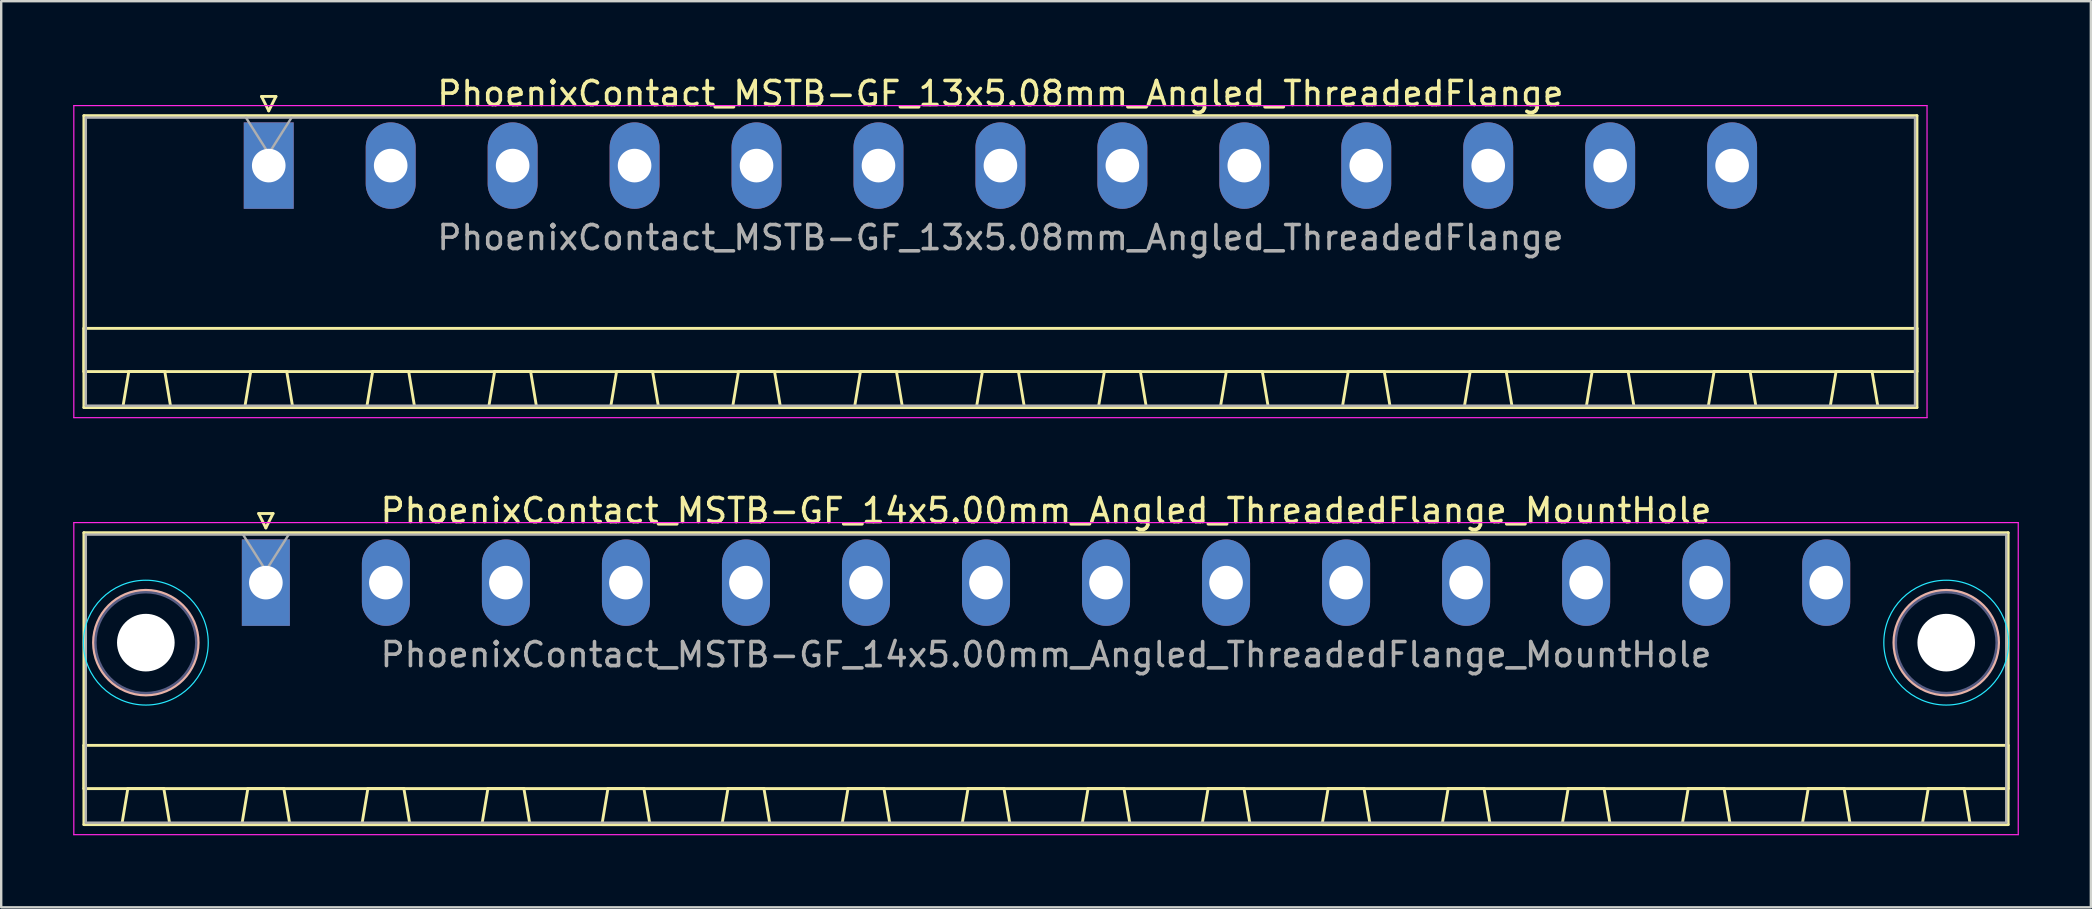
<source format=kicad_pcb>
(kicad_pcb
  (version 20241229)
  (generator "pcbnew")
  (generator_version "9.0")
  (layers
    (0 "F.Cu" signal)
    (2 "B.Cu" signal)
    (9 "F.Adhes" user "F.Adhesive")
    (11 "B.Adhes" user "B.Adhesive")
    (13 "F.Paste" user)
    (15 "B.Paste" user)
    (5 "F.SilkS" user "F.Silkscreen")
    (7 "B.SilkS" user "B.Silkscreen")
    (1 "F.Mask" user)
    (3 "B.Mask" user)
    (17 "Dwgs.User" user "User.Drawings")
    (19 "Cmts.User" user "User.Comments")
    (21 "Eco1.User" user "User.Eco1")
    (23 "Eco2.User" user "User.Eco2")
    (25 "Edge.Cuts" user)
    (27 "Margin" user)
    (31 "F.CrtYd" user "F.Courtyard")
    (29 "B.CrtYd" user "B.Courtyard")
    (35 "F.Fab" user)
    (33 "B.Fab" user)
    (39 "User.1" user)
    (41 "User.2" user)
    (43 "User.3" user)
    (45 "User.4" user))
  (footprint "PhoenixContact_MSTB-GF_13x5.08mm_Angled_ThreadedFlange"
    (layer "F.Cu")
    (at 8.145 3.848)
    (property "Reference" "PhoenixContact_MSTB-GF_13x5.08mm_Angled_ThreadedFlange" (at 30.48 -3 0) (layer "F.SilkS") (effects (font (size 1 1) (thickness 0.15))))
    (attr through_hole)
    (fp_line (start -7.7 -2.08) (end -7.7 10.08) (stroke (width 0.12) (type solid)) (layer "F.SilkS"))
    (fp_line (start -7.7 6.78) (end 68.66 6.78) (stroke (width 0.12) (type solid)) (layer "F.SilkS"))
    (fp_line (start -7.7 8.58) (end -7.7 6.78) (stroke (width 0.12) (type solid)) (layer "F.SilkS"))
    (fp_line (start -7.7 10.08) (end 68.66 10.08) (stroke (width 0.12) (type solid)) (layer "F.SilkS"))
    (fp_line (start -6.08 10.08) (end -4.08 10.08) (stroke (width 0.12) (type solid)) (layer "F.SilkS"))
    (fp_line (start -5.83 8.58) (end -6.08 10.08) (stroke (width 0.12) (type solid)) (layer "F.SilkS"))
    (fp_line (start -4.33 8.58) (end -5.83 8.58) (stroke (width 0.12) (type solid)) (layer "F.SilkS"))
    (fp_line (start -4.08 10.08) (end -4.33 8.58) (stroke (width 0.12) (type solid)) (layer "F.SilkS"))
    (fp_line (start -1 10.08) (end 1 10.08) (stroke (width 0.12) (type solid)) (layer "F.SilkS"))
    (fp_line (start -0.75 8.58) (end -1 10.08) (stroke (width 0.12) (type solid)) (layer "F.SilkS"))
    (fp_line (start -0.3 -2.88) (end 0.3 -2.88) (stroke (width 0.12) (type solid)) (layer "F.SilkS"))
    (fp_line (start 0 -2.28) (end -0.3 -2.88) (stroke (width 0.12) (type solid)) (layer "F.SilkS"))
    (fp_line (start 0.3 -2.88) (end 0 -2.28) (stroke (width 0.12) (type solid)) (layer "F.SilkS"))
    (fp_line (start 0.75 8.58) (end -0.75 8.58) (stroke (width 0.12) (type solid)) (layer "F.SilkS"))
    (fp_line (start 1 10.08) (end 0.75 8.58) (stroke (width 0.12) (type solid)) (layer "F.SilkS"))
    (fp_line (start 4.08 10.08) (end 6.08 10.08) (stroke (width 0.12) (type solid)) (layer "F.SilkS"))
    (fp_line (start 4.33 8.58) (end 4.08 10.08) (stroke (width 0.12) (type solid)) (layer "F.SilkS"))
    (fp_line (start 5.83 8.58) (end 4.33 8.58) (stroke (width 0.12) (type solid)) (layer "F.SilkS"))
    (fp_line (start 6.08 10.08) (end 5.83 8.58) (stroke (width 0.12) (type solid)) (layer "F.SilkS"))
    (fp_line (start 9.16 10.08) (end 11.16 10.08) (stroke (width 0.12) (type solid)) (layer "F.SilkS"))
    (fp_line (start 9.41 8.58) (end 9.16 10.08) (stroke (width 0.12) (type solid)) (layer "F.SilkS"))
    (fp_line (start 10.91 8.58) (end 9.41 8.58) (stroke (width 0.12) (type solid)) (layer "F.SilkS"))
    (fp_line (start 11.16 10.08) (end 10.91 8.58) (stroke (width 0.12) (type solid)) (layer "F.SilkS"))
    (fp_line (start 14.24 10.08) (end 16.24 10.08) (stroke (width 0.12) (type solid)) (layer "F.SilkS"))
    (fp_line (start 14.49 8.58) (end 14.24 10.08) (stroke (width 0.12) (type solid)) (layer "F.SilkS"))
    (fp_line (start 15.99 8.58) (end 14.49 8.58) (stroke (width 0.12) (type solid)) (layer "F.SilkS"))
    (fp_line (start 16.24 10.08) (end 15.99 8.58) (stroke (width 0.12) (type solid)) (layer "F.SilkS"))
    (fp_line (start 19.32 10.08) (end 21.32 10.08) (stroke (width 0.12) (type solid)) (layer "F.SilkS"))
    (fp_line (start 19.57 8.58) (end 19.32 10.08) (stroke (width 0.12) (type solid)) (layer "F.SilkS"))
    (fp_line (start 21.07 8.58) (end 19.57 8.58) (stroke (width 0.12) (type solid)) (layer "F.SilkS"))
    (fp_line (start 21.32 10.08) (end 21.07 8.58) (stroke (width 0.12) (type solid)) (layer "F.SilkS"))
    (fp_line (start 24.4 10.08) (end 26.4 10.08) (stroke (width 0.12) (type solid)) (layer "F.SilkS"))
    (fp_line (start 24.65 8.58) (end 24.4 10.08) (stroke (width 0.12) (type solid)) (layer "F.SilkS"))
    (fp_line (start 26.15 8.58) (end 24.65 8.58) (stroke (width 0.12) (type solid)) (layer "F.SilkS"))
    (fp_line (start 26.4 10.08) (end 26.15 8.58) (stroke (width 0.12) (type solid)) (layer "F.SilkS"))
    (fp_line (start 29.48 10.08) (end 31.48 10.08) (stroke (width 0.12) (type solid)) (layer "F.SilkS"))
    (fp_line (start 29.73 8.58) (end 29.48 10.08) (stroke (width 0.12) (type solid)) (layer "F.SilkS"))
    (fp_line (start 31.23 8.58) (end 29.73 8.58) (stroke (width 0.12) (type solid)) (layer "F.SilkS"))
    (fp_line (start 31.48 10.08) (end 31.23 8.58) (stroke (width 0.12) (type solid)) (layer "F.SilkS"))
    (fp_line (start 34.56 10.08) (end 36.56 10.08) (stroke (width 0.12) (type solid)) (layer "F.SilkS"))
    (fp_line (start 34.81 8.58) (end 34.56 10.08) (stroke (width 0.12) (type solid)) (layer "F.SilkS"))
    (fp_line (start 36.31 8.58) (end 34.81 8.58) (stroke (width 0.12) (type solid)) (layer "F.SilkS"))
    (fp_line (start 36.56 10.08) (end 36.31 8.58) (stroke (width 0.12) (type solid)) (layer "F.SilkS"))
    (fp_line (start 39.64 10.08) (end 41.64 10.08) (stroke (width 0.12) (type solid)) (layer "F.SilkS"))
    (fp_line (start 39.89 8.58) (end 39.64 10.08) (stroke (width 0.12) (type solid)) (layer "F.SilkS"))
    (fp_line (start 41.39 8.58) (end 39.89 8.58) (stroke (width 0.12) (type solid)) (layer "F.SilkS"))
    (fp_line (start 41.64 10.08) (end 41.39 8.58) (stroke (width 0.12) (type solid)) (layer "F.SilkS"))
    (fp_line (start 44.72 10.08) (end 46.72 10.08) (stroke (width 0.12) (type solid)) (layer "F.SilkS"))
    (fp_line (start 44.97 8.58) (end 44.72 10.08) (stroke (width 0.12) (type solid)) (layer "F.SilkS"))
    (fp_line (start 46.47 8.58) (end 44.97 8.58) (stroke (width 0.12) (type solid)) (layer "F.SilkS"))
    (fp_line (start 46.72 10.08) (end 46.47 8.58) (stroke (width 0.12) (type solid)) (layer "F.SilkS"))
    (fp_line (start 49.8 10.08) (end 51.8 10.08) (stroke (width 0.12) (type solid)) (layer "F.SilkS"))
    (fp_line (start 50.05 8.58) (end 49.8 10.08) (stroke (width 0.12) (type solid)) (layer "F.SilkS"))
    (fp_line (start 51.55 8.58) (end 50.05 8.58) (stroke (width 0.12) (type solid)) (layer "F.SilkS"))
    (fp_line (start 51.8 10.08) (end 51.55 8.58) (stroke (width 0.12) (type solid)) (layer "F.SilkS"))
    (fp_line (start 54.88 10.08) (end 56.88 10.08) (stroke (width 0.12) (type solid)) (layer "F.SilkS"))
    (fp_line (start 55.13 8.58) (end 54.88 10.08) (stroke (width 0.12) (type solid)) (layer "F.SilkS"))
    (fp_line (start 56.63 8.58) (end 55.13 8.58) (stroke (width 0.12) (type solid)) (layer "F.SilkS"))
    (fp_line (start 56.88 10.08) (end 56.63 8.58) (stroke (width 0.12) (type solid)) (layer "F.SilkS"))
    (fp_line (start 59.96 10.08) (end 61.96 10.08) (stroke (width 0.12) (type solid)) (layer "F.SilkS"))
    (fp_line (start 60.21 8.58) (end 59.96 10.08) (stroke (width 0.12) (type solid)) (layer "F.SilkS"))
    (fp_line (start 61.71 8.58) (end 60.21 8.58) (stroke (width 0.12) (type solid)) (layer "F.SilkS"))
    (fp_line (start 61.96 10.08) (end 61.71 8.58) (stroke (width 0.12) (type solid)) (layer "F.SilkS"))
    (fp_line (start 65.04 10.08) (end 67.04 10.08) (stroke (width 0.12) (type solid)) (layer "F.SilkS"))
    (fp_line (start 65.29 8.58) (end 65.04 10.08) (stroke (width 0.12) (type solid)) (layer "F.SilkS"))
    (fp_line (start 66.79 8.58) (end 65.29 8.58) (stroke (width 0.12) (type solid)) (layer "F.SilkS"))
    (fp_line (start 67.04 10.08) (end 66.79 8.58) (stroke (width 0.12) (type solid)) (layer "F.SilkS"))
    (fp_line (start 68.66 -2.08) (end -7.7 -2.08) (stroke (width 0.12) (type solid)) (layer "F.SilkS"))
    (fp_line (start 68.66 6.78) (end 68.66 8.58) (stroke (width 0.12) (type solid)) (layer "F.SilkS"))
    (fp_line (start 68.66 8.58) (end -7.7 8.58) (stroke (width 0.12) (type solid)) (layer "F.SilkS"))
    (fp_line (start 68.66 10.08) (end 68.66 -2.08) (stroke (width 0.12) (type solid)) (layer "F.SilkS"))
    (fp_line (start -8.12 -2.5) (end -8.12 10.5) (stroke (width 0.05) (type solid)) (layer "F.CrtYd"))
    (fp_line (start -8.12 10.5) (end 69.08 10.5) (stroke (width 0.05) (type solid)) (layer "F.CrtYd"))
    (fp_line (start 69.08 -2.5) (end -8.12 -2.5) (stroke (width 0.05) (type solid)) (layer "F.CrtYd"))
    (fp_line (start 69.08 10.5) (end 69.08 -2.5) (stroke (width 0.05) (type solid)) (layer "F.CrtYd"))
    (fp_line (start -7.62 -2) (end -7.62 10) (stroke (width 0.1) (type solid)) (layer "F.Fab"))
    (fp_line (start -7.62 10) (end 68.58 10) (stroke (width 0.1) (type solid)) (layer "F.Fab"))
    (fp_line (start 0 -0.5) (end -0.95 -2) (stroke (width 0.1) (type solid)) (layer "F.Fab"))
    (fp_line (start 0.95 -2) (end 0 -0.5) (stroke (width 0.1) (type solid)) (layer "F.Fab"))
    (fp_line (start 68.58 -2) (end -7.62 -2) (stroke (width 0.1) (type solid)) (layer "F.Fab"))
    (fp_line (start 68.58 10) (end 68.58 -2) (stroke (width 0.1) (type solid)) (layer "F.Fab"))
    (fp_text user "${REFERENCE}" (at 30.48 3 0) (layer "F.Fab") (effects (font (size 1 1) (thickness 0.15))))
    (pad "1" thru_hole rect (at 0 0) (size 2.08 3.6) (drill 1.4) (layers "*.Cu" "*.Mask"))
    (pad "2" thru_hole oval (at 5.08 0) (size 2.08 3.6) (drill 1.4) (layers "*.Cu" "*.Mask"))
    (pad "3" thru_hole oval (at 10.16 0) (size 2.08 3.6) (drill 1.4) (layers "*.Cu" "*.Mask"))
    (pad "4" thru_hole oval (at 15.24 0) (size 2.08 3.6) (drill 1.4) (layers "*.Cu" "*.Mask"))
    (pad "5" thru_hole oval (at 20.32 0) (size 2.08 3.6) (drill 1.4) (layers "*.Cu" "*.Mask"))
    (pad "6" thru_hole oval (at 25.4 0) (size 2.08 3.6) (drill 1.4) (layers "*.Cu" "*.Mask"))
    (pad "7" thru_hole oval (at 30.48 0) (size 2.08 3.6) (drill 1.4) (layers "*.Cu" "*.Mask"))
    (pad "8" thru_hole oval (at 35.56 0) (size 2.08 3.6) (drill 1.4) (layers "*.Cu" "*.Mask"))
    (pad "9" thru_hole oval (at 40.64 0) (size 2.08 3.6) (drill 1.4) (layers "*.Cu" "*.Mask"))
    (pad "10" thru_hole oval (at 45.72 0) (size 2.08 3.6) (drill 1.4) (layers "*.Cu" "*.Mask"))
    (pad "11" thru_hole oval (at 50.8 0) (size 2.08 3.6) (drill 1.4) (layers "*.Cu" "*.Mask"))
    (pad "12" thru_hole oval (at 55.88 0) (size 2.08 3.6) (drill 1.4) (layers "*.Cu" "*.Mask"))
    (pad "13" thru_hole oval (at 60.96 0) (size 2.08 3.6) (drill 1.4) (layers "*.Cu" "*.Mask")))
  (footprint "PhoenixContact_MSTB-GF_14x5.00mm_Angled_ThreadedFlange_MountHole"
    (layer "F.Cu")
    (at 8.025 21.221)
    (property "Reference" "PhoenixContact_MSTB-GF_14x5.00mm_Angled_ThreadedFlange_MountHole" (at 32.5 -3 0) (layer "F.SilkS") (effects (font (size 1 1) (thickness 0.15))))
    (attr through_hole)
    (fp_line (start -7.58 -2.08) (end -7.58 10.08) (stroke (width 0.12) (type solid)) (layer "F.SilkS"))
    (fp_line (start -7.58 6.78) (end 72.58 6.78) (stroke (width 0.12) (type solid)) (layer "F.SilkS"))
    (fp_line (start -7.58 8.58) (end -7.58 6.78) (stroke (width 0.12) (type solid)) (layer "F.SilkS"))
    (fp_line (start -7.58 10.08) (end 72.58 10.08) (stroke (width 0.12) (type solid)) (layer "F.SilkS"))
    (fp_line (start -6 10.08) (end -4 10.08) (stroke (width 0.12) (type solid)) (layer "F.SilkS"))
    (fp_line (start -5.75 8.58) (end -6 10.08) (stroke (width 0.12) (type solid)) (layer "F.SilkS"))
    (fp_line (start -4.25 8.58) (end -5.75 8.58) (stroke (width 0.12) (type solid)) (layer "F.SilkS"))
    (fp_line (start -4 10.08) (end -4.25 8.58) (stroke (width 0.12) (type solid)) (layer "F.SilkS"))
    (fp_line (start -1 10.08) (end 1 10.08) (stroke (width 0.12) (type solid)) (layer "F.SilkS"))
    (fp_line (start -0.75 8.58) (end -1 10.08) (stroke (width 0.12) (type solid)) (layer "F.SilkS"))
    (fp_line (start -0.3 -2.88) (end 0.3 -2.88) (stroke (width 0.12) (type solid)) (layer "F.SilkS"))
    (fp_line (start 0 -2.28) (end -0.3 -2.88) (stroke (width 0.12) (type solid)) (layer "F.SilkS"))
    (fp_line (start 0.3 -2.88) (end 0 -2.28) (stroke (width 0.12) (type solid)) (layer "F.SilkS"))
    (fp_line (start 0.75 8.58) (end -0.75 8.58) (stroke (width 0.12) (type solid)) (layer "F.SilkS"))
    (fp_line (start 1 10.08) (end 0.75 8.58) (stroke (width 0.12) (type solid)) (layer "F.SilkS"))
    (fp_line (start 4 10.08) (end 6 10.08) (stroke (width 0.12) (type solid)) (layer "F.SilkS"))
    (fp_line (start 4.25 8.58) (end 4 10.08) (stroke (width 0.12) (type solid)) (layer "F.SilkS"))
    (fp_line (start 5.75 8.58) (end 4.25 8.58) (stroke (width 0.12) (type solid)) (layer "F.SilkS"))
    (fp_line (start 6 10.08) (end 5.75 8.58) (stroke (width 0.12) (type solid)) (layer "F.SilkS"))
    (fp_line (start 9 10.08) (end 11 10.08) (stroke (width 0.12) (type solid)) (layer "F.SilkS"))
    (fp_line (start 9.25 8.58) (end 9 10.08) (stroke (width 0.12) (type solid)) (layer "F.SilkS"))
    (fp_line (start 10.75 8.58) (end 9.25 8.58) (stroke (width 0.12) (type solid)) (layer "F.SilkS"))
    (fp_line (start 11 10.08) (end 10.75 8.58) (stroke (width 0.12) (type solid)) (layer "F.SilkS"))
    (fp_line (start 14 10.08) (end 16 10.08) (stroke (width 0.12) (type solid)) (layer "F.SilkS"))
    (fp_line (start 14.25 8.58) (end 14 10.08) (stroke (width 0.12) (type solid)) (layer "F.SilkS"))
    (fp_line (start 15.75 8.58) (end 14.25 8.58) (stroke (width 0.12) (type solid)) (layer "F.SilkS"))
    (fp_line (start 16 10.08) (end 15.75 8.58) (stroke (width 0.12) (type solid)) (layer "F.SilkS"))
    (fp_line (start 19 10.08) (end 21 10.08) (stroke (width 0.12) (type solid)) (layer "F.SilkS"))
    (fp_line (start 19.25 8.58) (end 19 10.08) (stroke (width 0.12) (type solid)) (layer "F.SilkS"))
    (fp_line (start 20.75 8.58) (end 19.25 8.58) (stroke (width 0.12) (type solid)) (layer "F.SilkS"))
    (fp_line (start 21 10.08) (end 20.75 8.58) (stroke (width 0.12) (type solid)) (layer "F.SilkS"))
    (fp_line (start 24 10.08) (end 26 10.08) (stroke (width 0.12) (type solid)) (layer "F.SilkS"))
    (fp_line (start 24.25 8.58) (end 24 10.08) (stroke (width 0.12) (type solid)) (layer "F.SilkS"))
    (fp_line (start 25.75 8.58) (end 24.25 8.58) (stroke (width 0.12) (type solid)) (layer "F.SilkS"))
    (fp_line (start 26 10.08) (end 25.75 8.58) (stroke (width 0.12) (type solid)) (layer "F.SilkS"))
    (fp_line (start 29 10.08) (end 31 10.08) (stroke (width 0.12) (type solid)) (layer "F.SilkS"))
    (fp_line (start 29.25 8.58) (end 29 10.08) (stroke (width 0.12) (type solid)) (layer "F.SilkS"))
    (fp_line (start 30.75 8.58) (end 29.25 8.58) (stroke (width 0.12) (type solid)) (layer "F.SilkS"))
    (fp_line (start 31 10.08) (end 30.75 8.58) (stroke (width 0.12) (type solid)) (layer "F.SilkS"))
    (fp_line (start 34 10.08) (end 36 10.08) (stroke (width 0.12) (type solid)) (layer "F.SilkS"))
    (fp_line (start 34.25 8.58) (end 34 10.08) (stroke (width 0.12) (type solid)) (layer "F.SilkS"))
    (fp_line (start 35.75 8.58) (end 34.25 8.58) (stroke (width 0.12) (type solid)) (layer "F.SilkS"))
    (fp_line (start 36 10.08) (end 35.75 8.58) (stroke (width 0.12) (type solid)) (layer "F.SilkS"))
    (fp_line (start 39 10.08) (end 41 10.08) (stroke (width 0.12) (type solid)) (layer "F.SilkS"))
    (fp_line (start 39.25 8.58) (end 39 10.08) (stroke (width 0.12) (type solid)) (layer "F.SilkS"))
    (fp_line (start 40.75 8.58) (end 39.25 8.58) (stroke (width 0.12) (type solid)) (layer "F.SilkS"))
    (fp_line (start 41 10.08) (end 40.75 8.58) (stroke (width 0.12) (type solid)) (layer "F.SilkS"))
    (fp_line (start 44 10.08) (end 46 10.08) (stroke (width 0.12) (type solid)) (layer "F.SilkS"))
    (fp_line (start 44.25 8.58) (end 44 10.08) (stroke (width 0.12) (type solid)) (layer "F.SilkS"))
    (fp_line (start 45.75 8.58) (end 44.25 8.58) (stroke (width 0.12) (type solid)) (layer "F.SilkS"))
    (fp_line (start 46 10.08) (end 45.75 8.58) (stroke (width 0.12) (type solid)) (layer "F.SilkS"))
    (fp_line (start 49 10.08) (end 51 10.08) (stroke (width 0.12) (type solid)) (layer "F.SilkS"))
    (fp_line (start 49.25 8.58) (end 49 10.08) (stroke (width 0.12) (type solid)) (layer "F.SilkS"))
    (fp_line (start 50.75 8.58) (end 49.25 8.58) (stroke (width 0.12) (type solid)) (layer "F.SilkS"))
    (fp_line (start 51 10.08) (end 50.75 8.58) (stroke (width 0.12) (type solid)) (layer "F.SilkS"))
    (fp_line (start 54 10.08) (end 56 10.08) (stroke (width 0.12) (type solid)) (layer "F.SilkS"))
    (fp_line (start 54.25 8.58) (end 54 10.08) (stroke (width 0.12) (type solid)) (layer "F.SilkS"))
    (fp_line (start 55.75 8.58) (end 54.25 8.58) (stroke (width 0.12) (type solid)) (layer "F.SilkS"))
    (fp_line (start 56 10.08) (end 55.75 8.58) (stroke (width 0.12) (type solid)) (layer "F.SilkS"))
    (fp_line (start 59 10.08) (end 61 10.08) (stroke (width 0.12) (type solid)) (layer "F.SilkS"))
    (fp_line (start 59.25 8.58) (end 59 10.08) (stroke (width 0.12) (type solid)) (layer "F.SilkS"))
    (fp_line (start 60.75 8.58) (end 59.25 8.58) (stroke (width 0.12) (type solid)) (layer "F.SilkS"))
    (fp_line (start 61 10.08) (end 60.75 8.58) (stroke (width 0.12) (type solid)) (layer "F.SilkS"))
    (fp_line (start 64 10.08) (end 66 10.08) (stroke (width 0.12) (type solid)) (layer "F.SilkS"))
    (fp_line (start 64.25 8.58) (end 64 10.08) (stroke (width 0.12) (type solid)) (layer "F.SilkS"))
    (fp_line (start 65.75 8.58) (end 64.25 8.58) (stroke (width 0.12) (type solid)) (layer "F.SilkS"))
    (fp_line (start 66 10.08) (end 65.75 8.58) (stroke (width 0.12) (type solid)) (layer "F.SilkS"))
    (fp_line (start 69 10.08) (end 71 10.08) (stroke (width 0.12) (type solid)) (layer "F.SilkS"))
    (fp_line (start 69.25 8.58) (end 69 10.08) (stroke (width 0.12) (type solid)) (layer "F.SilkS"))
    (fp_line (start 70.75 8.58) (end 69.25 8.58) (stroke (width 0.12) (type solid)) (layer "F.SilkS"))
    (fp_line (start 71 10.08) (end 70.75 8.58) (stroke (width 0.12) (type solid)) (layer "F.SilkS"))
    (fp_line (start 72.58 -2.08) (end -7.58 -2.08) (stroke (width 0.12) (type solid)) (layer "F.SilkS"))
    (fp_line (start 72.58 6.78) (end 72.58 8.58) (stroke (width 0.12) (type solid)) (layer "F.SilkS"))
    (fp_line (start 72.58 8.58) (end -7.58 8.58) (stroke (width 0.12) (type solid)) (layer "F.SilkS"))
    (fp_line (start 72.58 10.08) (end 72.58 -2.08) (stroke (width 0.12) (type solid)) (layer "F.SilkS"))
    (fp_circle (center -5 2.5) (end -2.82 2.5) (stroke (width 0.12) (type solid)) (fill no) (layer "B.SilkS"))
    (fp_circle (center 70 2.5) (end 72.18 2.5) (stroke (width 0.12) (type solid)) (fill no) (layer "B.SilkS"))
    (fp_circle (center -5 2.5) (end -2.4 2.5) (stroke (width 0.05) (type solid)) (fill no) (layer "B.CrtYd"))
    (fp_circle (center 70 2.5) (end 72.6 2.5) (stroke (width 0.05) (type solid)) (fill no) (layer "B.CrtYd"))
    (fp_line (start -8 -2.5) (end -8 10.5) (stroke (width 0.05) (type solid)) (layer "F.CrtYd"))
    (fp_line (start -8 10.5) (end 73 10.5) (stroke (width 0.05) (type solid)) (layer "F.CrtYd"))
    (fp_line (start 73 -2.5) (end -8 -2.5) (stroke (width 0.05) (type solid)) (layer "F.CrtYd"))
    (fp_line (start 73 10.5) (end 73 -2.5) (stroke (width 0.05) (type solid)) (layer "F.CrtYd"))
    (fp_circle (center -5 2.5) (end -2.9 2.5) (stroke (width 0.1) (type solid)) (fill no) (layer "B.Fab"))
    (fp_circle (center 70 2.5) (end 72.1 2.5) (stroke (width 0.1) (type solid)) (fill no) (layer "B.Fab"))
    (fp_line (start -7.5 -2) (end -7.5 10) (stroke (width 0.1) (type solid)) (layer "F.Fab"))
    (fp_line (start -7.5 10) (end 72.5 10) (stroke (width 0.1) (type solid)) (layer "F.Fab"))
    (fp_line (start 0 -0.5) (end -0.95 -2) (stroke (width 0.1) (type solid)) (layer "F.Fab"))
    (fp_line (start 0.95 -2) (end 0 -0.5) (stroke (width 0.1) (type solid)) (layer "F.Fab"))
    (fp_line (start 72.5 -2) (end -7.5 -2) (stroke (width 0.1) (type solid)) (layer "F.Fab"))
    (fp_line (start 72.5 10) (end 72.5 -2) (stroke (width 0.1) (type solid)) (layer "F.Fab"))
    (fp_text user "${REFERENCE}" (at 32.5 3 0) (layer "F.Fab") (effects (font (size 1 1) (thickness 0.15))))
    (pad "" np_thru_hole circle (at -5 2.5) (size 2.4 2.4) (drill 2.4) (layers "*.Cu" "*.Mask"))
    (pad "" np_thru_hole circle (at 70 2.5) (size 2.4 2.4) (drill 2.4) (layers "*.Cu" "*.Mask"))
    (pad "1" thru_hole rect (at 0 0) (size 2 3.6) (drill 1.4) (layers "*.Cu" "*.Mask"))
    (pad "2" thru_hole oval (at 5 0) (size 2 3.6) (drill 1.4) (layers "*.Cu" "*.Mask"))
    (pad "3" thru_hole oval (at 10 0) (size 2 3.6) (drill 1.4) (layers "*.Cu" "*.Mask"))
    (pad "4" thru_hole oval (at 15 0) (size 2 3.6) (drill 1.4) (layers "*.Cu" "*.Mask"))
    (pad "5" thru_hole oval (at 20 0) (size 2 3.6) (drill 1.4) (layers "*.Cu" "*.Mask"))
    (pad "6" thru_hole oval (at 25 0) (size 2 3.6) (drill 1.4) (layers "*.Cu" "*.Mask"))
    (pad "7" thru_hole oval (at 30 0) (size 2 3.6) (drill 1.4) (layers "*.Cu" "*.Mask"))
    (pad "8" thru_hole oval (at 35 0) (size 2 3.6) (drill 1.4) (layers "*.Cu" "*.Mask"))
    (pad "9" thru_hole oval (at 40 0) (size 2 3.6) (drill 1.4) (layers "*.Cu" "*.Mask"))
    (pad "10" thru_hole oval (at 45 0) (size 2 3.6) (drill 1.4) (layers "*.Cu" "*.Mask"))
    (pad "11" thru_hole oval (at 50 0) (size 2 3.6) (drill 1.4) (layers "*.Cu" "*.Mask"))
    (pad "12" thru_hole oval (at 55 0) (size 2 3.6) (drill 1.4) (layers "*.Cu" "*.Mask"))
    (pad "13" thru_hole oval (at 60 0) (size 2 3.6) (drill 1.4) (layers "*.Cu" "*.Mask"))
    (pad "14" thru_hole oval (at 65 0) (size 2 3.6) (drill 1.4) (layers "*.Cu" "*.Mask")))
  (gr_rect
    (start -3 -3)
    (end 84.05 34.746)
    (stroke (width 0.1) (type default))
    (fill no)
    (layer "Edge.Cuts")))
</source>
